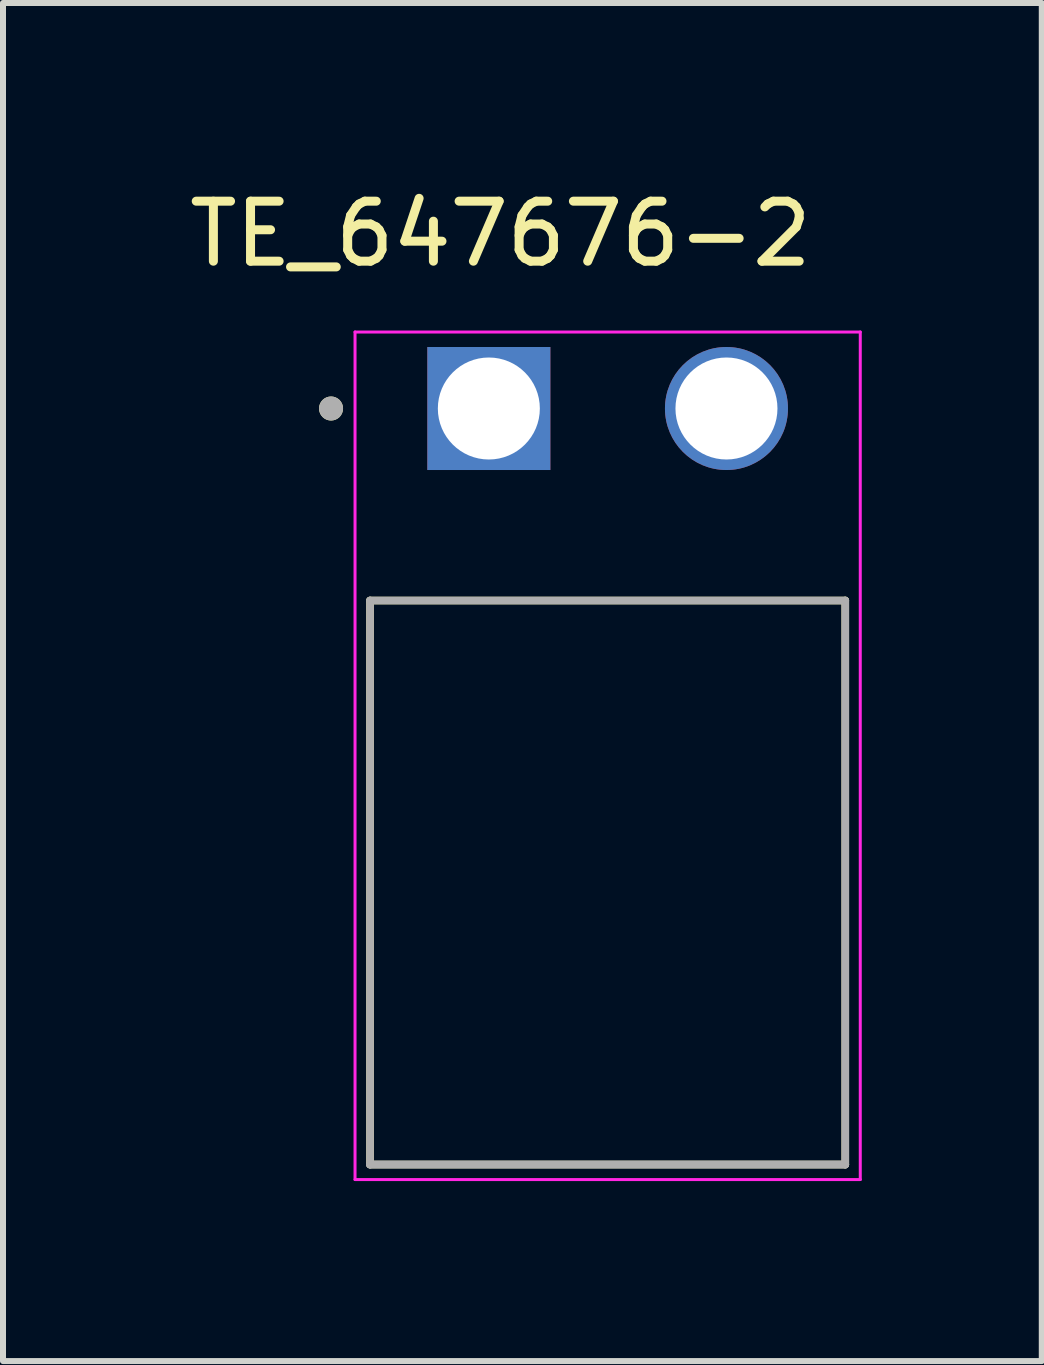
<source format=kicad_pcb>
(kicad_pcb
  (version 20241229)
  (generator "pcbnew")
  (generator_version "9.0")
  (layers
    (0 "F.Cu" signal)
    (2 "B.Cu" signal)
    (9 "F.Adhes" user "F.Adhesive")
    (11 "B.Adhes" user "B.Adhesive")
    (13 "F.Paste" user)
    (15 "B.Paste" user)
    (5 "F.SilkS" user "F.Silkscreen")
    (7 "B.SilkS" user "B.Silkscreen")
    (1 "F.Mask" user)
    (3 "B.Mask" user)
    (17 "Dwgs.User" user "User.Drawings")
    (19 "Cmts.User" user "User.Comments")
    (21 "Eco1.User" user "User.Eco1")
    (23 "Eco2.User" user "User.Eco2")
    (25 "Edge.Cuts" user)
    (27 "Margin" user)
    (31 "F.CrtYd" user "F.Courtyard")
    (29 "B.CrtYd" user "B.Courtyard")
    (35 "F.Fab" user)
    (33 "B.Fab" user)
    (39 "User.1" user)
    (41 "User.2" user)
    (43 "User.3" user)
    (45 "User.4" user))
  (footprint "TE_647676-2"
    (layer "F.Cu")
    (at 5.097 3.758)
    (property "Reference" "TE_647676-2" (at 0.195 -2.91 0) (layer "F.SilkS") (effects (font (size 1 1) (thickness 0.15))))
    (attr through_hole)
    (fp_line (start -1.98 12.6) (end -1.98 3.2) (stroke (width 0.127) (type solid)) (layer "F.SilkS"))
    (fp_line (start 5.94 3.2) (end -1.98 3.2) (stroke (width 0.127) (type solid)) (layer "F.SilkS"))
    (fp_line (start 5.94 3.2) (end 5.94 12.6) (stroke (width 0.127) (type solid)) (layer "F.SilkS"))
    (fp_line (start 5.94 12.6) (end -1.98 12.6) (stroke (width 0.127) (type solid)) (layer "F.SilkS"))
    (fp_circle (center -2.63 0) (end -2.53 0) (stroke (width 0.2) (type solid)) (fill no) (layer "F.SilkS"))
    (fp_line (start -2.23 -1.275) (end 6.19 -1.275) (stroke (width 0.05) (type solid)) (layer "F.CrtYd"))
    (fp_line (start -2.23 12.85) (end -2.23 -1.275) (stroke (width 0.05) (type solid)) (layer "F.CrtYd"))
    (fp_line (start 6.19 -1.275) (end 6.19 12.85) (stroke (width 0.05) (type solid)) (layer "F.CrtYd"))
    (fp_line (start 6.19 12.85) (end -2.23 12.85) (stroke (width 0.05) (type solid)) (layer "F.CrtYd"))
    (fp_line (start -1.98 3.2) (end 5.94 3.2) (stroke (width 0.127) (type solid)) (layer "F.Fab"))
    (fp_line (start -1.98 12.6) (end -1.98 3.2) (stroke (width 0.127) (type solid)) (layer "F.Fab"))
    (fp_line (start -1.98 12.6) (end -1.98 12.6) (stroke (width 0.127) (type solid)) (layer "F.Fab"))
    (fp_line (start -1.98 12.6) (end 5.94 12.6) (stroke (width 0.127) (type solid)) (layer "F.Fab"))
    (fp_line (start 5.94 3.2) (end 5.94 12.6) (stroke (width 0.127) (type solid)) (layer "F.Fab"))
    (fp_line (start 5.94 12.6) (end -1.98 12.6) (stroke (width 0.127) (type solid)) (layer "F.Fab"))
    (fp_line (start 5.94 12.6) (end 5.94 12.6) (stroke (width 0.127) (type solid)) (layer "F.Fab"))
    (fp_circle (center -2.63 0) (end -2.53 0) (stroke (width 0.2) (type solid)) (fill no) (layer "F.Fab"))
    (pad "1" thru_hole rect (at 0 0) (size 2.05 2.05) (drill 1.7) (layers "*.Cu" "*.Mask"))
    (pad "2" thru_hole circle (at 3.96 0) (size 2.05 2.05) (drill 1.7) (layers "*.Cu" "*.Mask")))
  (gr_rect
    (start -3 -3)
    (end 14.312 19.633)
    (stroke (width 0.1) (type default))
    (fill no)
    (layer "Edge.Cuts")))
</source>
